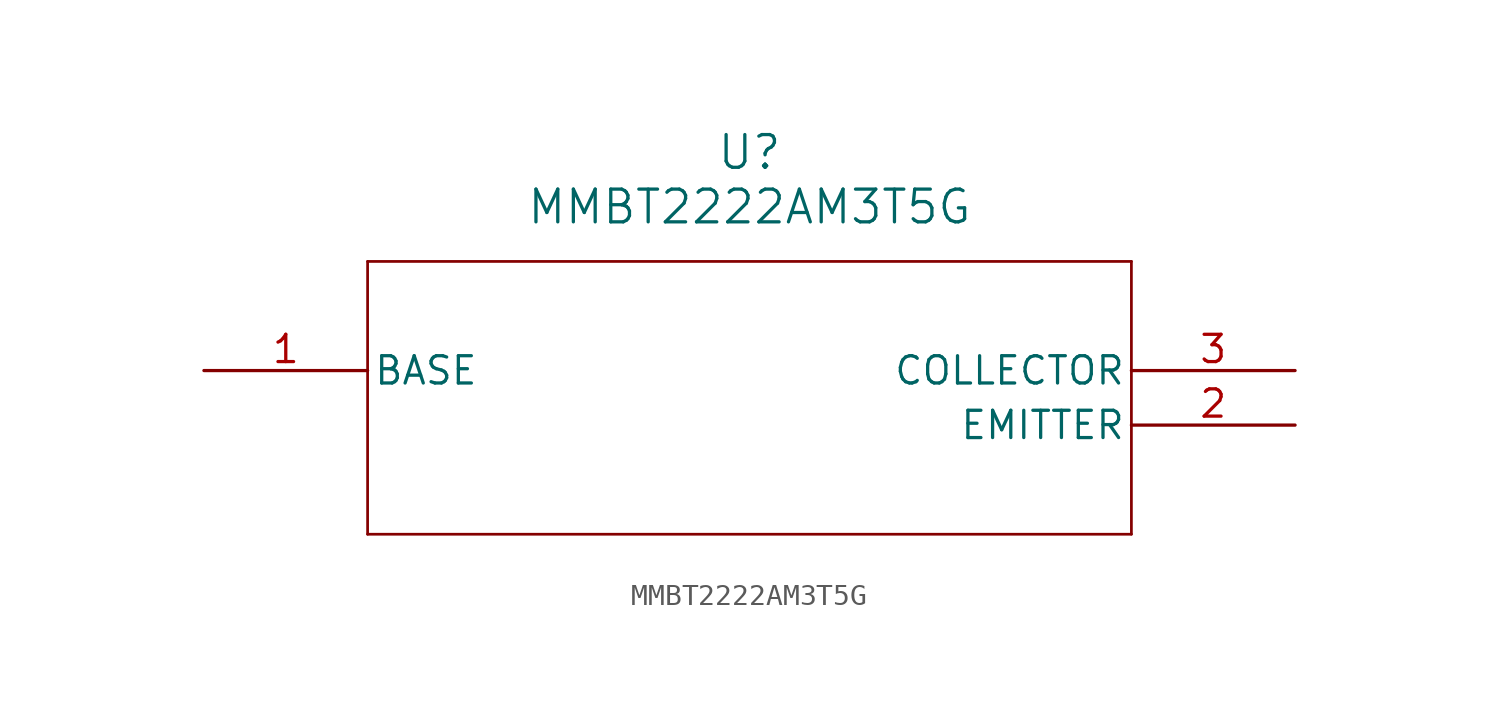
<source format=kicad_sym>
(kicad_symbol_lib
  (version 20211014)
  (generator kicad_symbol_editor)
  (symbol "MMBT2222AM3T5G"
    (pin_names
      (offset 0.254))
    (property "Reference" "U"
      (at 25.4 10.16 0)
      (effects (font (size 1.524 1.524))))
    (property "Value" "MMBT2222AM3T5G"
      (at 25.4 7.62 0)
      (effects (font (size 1.524 1.524))))
    (symbol "MMBT2222AM3T5G_0_1"
      (polyline (pts (xy 7.62 5.08) (xy 7.62 -7.62)) (stroke (width 0.127) (type default) (color 0 0 0 0)) (fill (type none)))
      (polyline (pts (xy 7.62 -7.62) (xy 43.18 -7.62)) (stroke (width 0.127) (type default) (color 0 0 0 0)) (fill (type none)))
      (polyline (pts (xy 43.18 -7.62) (xy 43.18 5.08)) (stroke (width 0.127) (type default) (color 0 0 0 0)) (fill (type none)))
      (polyline (pts (xy 43.18 5.08) (xy 7.62 5.08)) (stroke (width 0.127) (type default) (color 0 0 0 0)) (fill (type none)))
      (pin unspecified line (at 0 0 0) (length 7.62) (name "BASE" (effects (font (size 1.27 1.27)))) (number "1" (effects (font (size 1.27 1.27)))))
      (pin unspecified line (at 50.8 -2.54 180) (length 7.62) (name "EMITTER" (effects (font (size 1.27 1.27)))) (number "2" (effects (font (size 1.27 1.27)))))
      (pin unspecified line (at 50.8 0 180) (length 7.62) (name "COLLECTOR" (effects (font (size 1.27 1.27)))) (number "3" (effects (font (size 1.27 1.27))))))))
</source>
